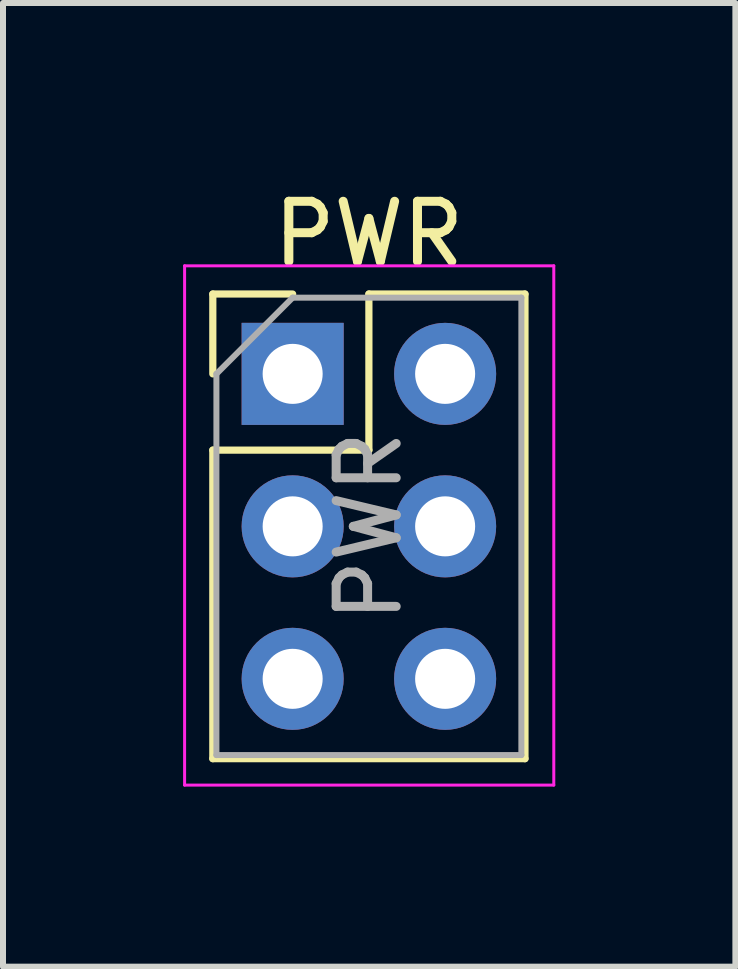
<source format=kicad_pcb>
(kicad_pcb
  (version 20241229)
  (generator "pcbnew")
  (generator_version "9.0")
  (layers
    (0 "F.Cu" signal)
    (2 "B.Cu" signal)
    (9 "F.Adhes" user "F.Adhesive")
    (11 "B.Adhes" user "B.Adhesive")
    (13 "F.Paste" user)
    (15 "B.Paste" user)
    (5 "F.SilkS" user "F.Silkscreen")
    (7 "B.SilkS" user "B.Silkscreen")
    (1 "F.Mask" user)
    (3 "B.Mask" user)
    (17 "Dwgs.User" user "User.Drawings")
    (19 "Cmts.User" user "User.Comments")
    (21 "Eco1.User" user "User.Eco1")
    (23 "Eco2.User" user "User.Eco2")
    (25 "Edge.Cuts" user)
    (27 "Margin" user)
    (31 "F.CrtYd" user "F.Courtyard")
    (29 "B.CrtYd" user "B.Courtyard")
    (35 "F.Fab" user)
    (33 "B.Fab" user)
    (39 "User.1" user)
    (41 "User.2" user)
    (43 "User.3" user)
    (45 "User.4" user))
  (footprint "PWR"
    (layer "F.Cu")
    (at 1.825 3.178)
    (property "Reference" "PWR" (at 1.27 -2.33 0) (layer "F.SilkS") (effects (font (size 1 1) (thickness 0.15))))
    (attr through_hole)
    (fp_line (start -1.33 -1.33) (end 0 -1.33) (stroke (width 0.12) (type solid)) (layer "F.SilkS"))
    (fp_line (start -1.33 0) (end -1.33 -1.33) (stroke (width 0.12) (type solid)) (layer "F.SilkS"))
    (fp_line (start -1.33 1.27) (end -1.33 6.41) (stroke (width 0.12) (type solid)) (layer "F.SilkS"))
    (fp_line (start -1.33 1.27) (end 1.27 1.27) (stroke (width 0.12) (type solid)) (layer "F.SilkS"))
    (fp_line (start -1.33 6.41) (end 3.87 6.41) (stroke (width 0.12) (type solid)) (layer "F.SilkS"))
    (fp_line (start 1.27 -1.33) (end 3.87 -1.33) (stroke (width 0.12) (type solid)) (layer "F.SilkS"))
    (fp_line (start 1.27 1.27) (end 1.27 -1.33) (stroke (width 0.12) (type solid)) (layer "F.SilkS"))
    (fp_line (start 3.87 -1.33) (end 3.87 6.41) (stroke (width 0.12) (type solid)) (layer "F.SilkS"))
    (fp_line (start -1.8 -1.8) (end -1.8 6.85) (stroke (width 0.05) (type solid)) (layer "F.CrtYd"))
    (fp_line (start -1.8 6.85) (end 4.35 6.85) (stroke (width 0.05) (type solid)) (layer "F.CrtYd"))
    (fp_line (start 4.35 -1.8) (end -1.8 -1.8) (stroke (width 0.05) (type solid)) (layer "F.CrtYd"))
    (fp_line (start 4.35 6.85) (end 4.35 -1.8) (stroke (width 0.05) (type solid)) (layer "F.CrtYd"))
    (fp_line (start -1.27 0) (end 0 -1.27) (stroke (width 0.1) (type solid)) (layer "F.Fab"))
    (fp_line (start -1.27 6.35) (end -1.27 0) (stroke (width 0.1) (type solid)) (layer "F.Fab"))
    (fp_line (start 0 -1.27) (end 3.81 -1.27) (stroke (width 0.1) (type solid)) (layer "F.Fab"))
    (fp_line (start 3.81 -1.27) (end 3.81 6.35) (stroke (width 0.1) (type solid)) (layer "F.Fab"))
    (fp_line (start 3.81 6.35) (end -1.27 6.35) (stroke (width 0.1) (type solid)) (layer "F.Fab"))
    (fp_text user "${REFERENCE}" (at 1.27 2.54 90) (layer "F.Fab") (effects (font (size 1 1) (thickness 0.15))))
    (pad "1a" thru_hole rect (at 0 0) (size 1.7 1.7) (drill 1) (layers "*.Cu" "*.Mask"))
    (pad "1b" thru_hole oval (at 2.54 0) (size 1.7 1.7) (drill 1) (layers "*.Cu" "*.Mask"))
    (pad "2a" thru_hole oval (at 0 2.54) (size 1.7 1.7) (drill 1) (layers "*.Cu" "*.Mask"))
    (pad "2b" thru_hole oval (at 2.54 2.54) (size 1.7 1.7) (drill 1) (layers "*.Cu" "*.Mask"))
    (pad "3a" thru_hole oval (at 0 5.08) (size 1.7 1.7) (drill 1) (layers "*.Cu" "*.Mask"))
    (pad "3b" thru_hole oval (at 2.54 5.08) (size 1.7 1.7) (drill 1) (layers "*.Cu" "*.Mask")))
  (gr_rect
    (start -3 -3)
    (end 9.2 13.053)
    (stroke (width 0.1) (type default))
    (fill no)
    (layer "Edge.Cuts")))
</source>
